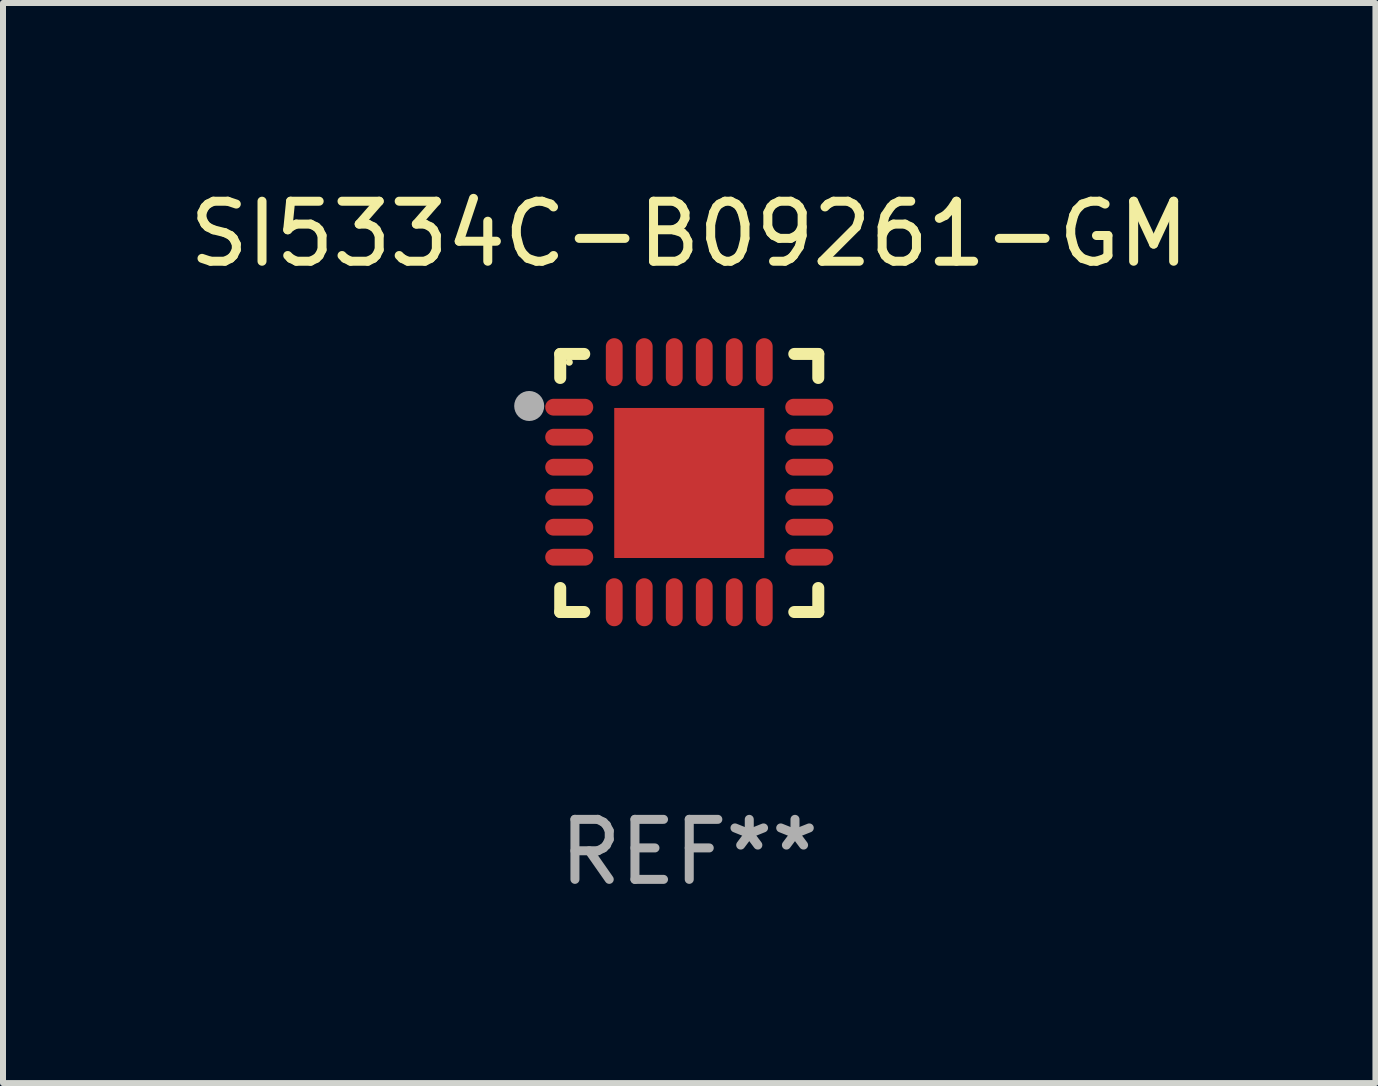
<source format=kicad_pcb>
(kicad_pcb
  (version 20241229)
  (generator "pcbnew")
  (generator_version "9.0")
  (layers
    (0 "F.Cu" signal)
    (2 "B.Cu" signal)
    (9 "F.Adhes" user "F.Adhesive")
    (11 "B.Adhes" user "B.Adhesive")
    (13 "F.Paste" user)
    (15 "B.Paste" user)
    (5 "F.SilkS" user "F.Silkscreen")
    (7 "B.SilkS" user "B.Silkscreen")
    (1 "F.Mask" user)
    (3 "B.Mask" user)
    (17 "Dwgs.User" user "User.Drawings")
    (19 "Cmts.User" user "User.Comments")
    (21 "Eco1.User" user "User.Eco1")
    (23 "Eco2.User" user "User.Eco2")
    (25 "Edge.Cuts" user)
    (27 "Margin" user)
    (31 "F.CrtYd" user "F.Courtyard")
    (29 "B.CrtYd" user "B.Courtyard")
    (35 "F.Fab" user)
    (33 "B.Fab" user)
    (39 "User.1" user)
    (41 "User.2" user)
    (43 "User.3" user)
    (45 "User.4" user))
  (footprint "SI5334C-B09261-GM"
    (layer "F.Cu")
    (at 8.435 4.998)
    (property "Reference" "SI5334C-B09261-GM" (at 0 -4.15 0) (layer "F.SilkS") (effects (font (size 1 1) (thickness 0.15))))
    (attr through_hole)
    (fp_line (start -2.15 -2.15) (end -1.75 -2.15) (stroke (width 0.2) (type solid)) (layer "F.SilkS"))
    (fp_line (start -2.15 -1.75) (end -2.15 -2.15) (stroke (width 0.2) (type solid)) (layer "F.SilkS"))
    (fp_line (start -2.15 2.15) (end -2.15 1.75) (stroke (width 0.2) (type solid)) (layer "F.SilkS"))
    (fp_line (start -1.75 2.15) (end -2.15 2.15) (stroke (width 0.2) (type solid)) (layer "F.SilkS"))
    (fp_line (start 1.75 -2.15) (end 2.15 -2.15) (stroke (width 0.2) (type solid)) (layer "F.SilkS"))
    (fp_line (start 1.75 2.15) (end 2.15 2.15) (stroke (width 0.2) (type solid)) (layer "F.SilkS"))
    (fp_line (start 2.15 -2.15) (end 2.15 -1.75) (stroke (width 0.2) (type solid)) (layer "F.SilkS"))
    (fp_line (start 2.15 2.15) (end 2.15 1.75) (stroke (width 0.2) (type solid)) (layer "F.SilkS"))
    (fp_circle (center -2 -2.013) (end -1.97 -2.013) (stroke (width 0.06) (type solid)) (fill no) (layer "F.SilkS"))
    (fp_circle (center -2.667 -1.283) (end -2.542 -1.283) (stroke (width 0.25) (type solid)) (fill no) (layer "F.Fab"))
    (fp_text user "REF**" (at 0 6.15 0) (layer "F.Fab") (effects (font (size 1 1) (thickness 0.15))))
    (pad "1" smd oval (at -2 -1.263) (size 0.8 0.28) (layers "F.Cu" "F.Mask" "F.Paste"))
    (pad "2" smd oval (at -2 -0.763) (size 0.8 0.28) (layers "F.Cu" "F.Mask" "F.Paste"))
    (pad "3" smd oval (at -2 -0.263) (size 0.8 0.28) (layers "F.Cu" "F.Mask" "F.Paste"))
    (pad "4" smd oval (at -2 0.237) (size 0.8 0.28) (layers "F.Cu" "F.Mask" "F.Paste"))
    (pad "5" smd oval (at -2 0.737) (size 0.8 0.28) (layers "F.Cu" "F.Mask" "F.Paste"))
    (pad "6" smd oval (at -2 1.237) (size 0.8 0.28) (layers "F.Cu" "F.Mask" "F.Paste"))
    (pad "7" smd oval (at -1.25 1.987) (size 0.28 0.8) (layers "F.Cu" "F.Mask" "F.Paste"))
    (pad "8" smd oval (at -0.75 1.987) (size 0.28 0.8) (layers "F.Cu" "F.Mask" "F.Paste"))
    (pad "9" smd oval (at -0.25 1.987) (size 0.28 0.8) (layers "F.Cu" "F.Mask" "F.Paste"))
    (pad "10" smd oval (at 0.25 1.987) (size 0.28 0.8) (layers "F.Cu" "F.Mask" "F.Paste"))
    (pad "11" smd oval (at 0.75 1.987) (size 0.28 0.8) (layers "F.Cu" "F.Mask" "F.Paste"))
    (pad "12" smd oval (at 1.25 1.987) (size 0.28 0.8) (layers "F.Cu" "F.Mask" "F.Paste"))
    (pad "13" smd oval (at 2 1.237) (size 0.8 0.28) (layers "F.Cu" "F.Mask" "F.Paste"))
    (pad "14" smd oval (at 2 0.737) (size 0.8 0.28) (layers "F.Cu" "F.Mask" "F.Paste"))
    (pad "15" smd oval (at 2 0.237) (size 0.8 0.28) (layers "F.Cu" "F.Mask" "F.Paste"))
    (pad "16" smd oval (at 2 -0.263) (size 0.8 0.28) (layers "F.Cu" "F.Mask" "F.Paste"))
    (pad "17" smd oval (at 2 -0.763) (size 0.8 0.28) (layers "F.Cu" "F.Mask" "F.Paste"))
    (pad "18" smd oval (at 2 -1.263) (size 0.8 0.28) (layers "F.Cu" "F.Mask" "F.Paste"))
    (pad "19" smd oval (at 1.25 -2.013) (size 0.28 0.8) (layers "F.Cu" "F.Mask" "F.Paste"))
    (pad "20" smd oval (at 0.75 -2.013) (size 0.28 0.8) (layers "F.Cu" "F.Mask" "F.Paste"))
    (pad "21" smd oval (at 0.25 -2.013) (size 0.28 0.8) (layers "F.Cu" "F.Mask" "F.Paste"))
    (pad "22" smd oval (at -0.25 -2.013) (size 0.28 0.8) (layers "F.Cu" "F.Mask" "F.Paste"))
    (pad "23" smd oval (at -0.75 -2.013) (size 0.28 0.8) (layers "F.Cu" "F.Mask" "F.Paste"))
    (pad "24" smd oval (at -1.25 -2.013) (size 0.28 0.8) (layers "F.Cu" "F.Mask" "F.Paste"))
    (pad "25" smd rect (at -0.000127 -0.00014) (size 2.5 2.5) (layers "F.Cu" "F.Mask" "F.Paste")))
  (gr_rect
    (start -3 -3)
    (end 19.869 14.997)
    (stroke (width 0.1) (type default))
    (fill no)
    (layer "Edge.Cuts")))
</source>
